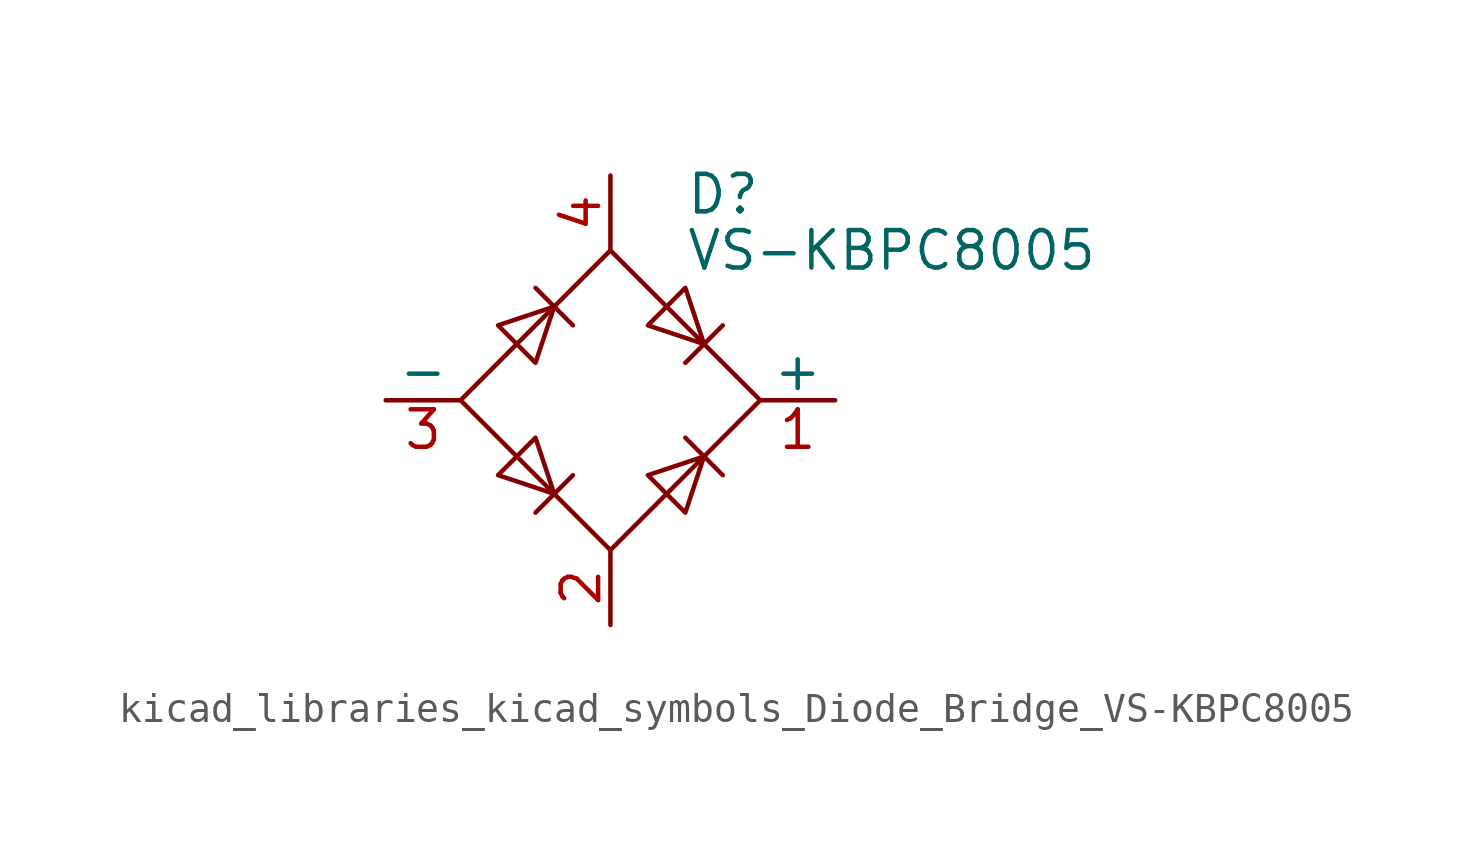
<source format=kicad_sym>
(kicad_symbol_lib
  (version 20220914)
  (generator kicad_symbol_editor)
  (symbol "kicad_libraries_kicad_symbols_Diode_Bridge_VS-KBPC8005"
    (pin_names
      (offset 0))
    (property "Reference" "D"
      (at 2.54 6.985 0)
      (effects (font (size 1.27 1.27)) (justify left)))
    (property "Value" "VS-KBPC8005"
      (at 2.54 5.08 0)
      (effects (font (size 1.27 1.27)) (justify left)))
    (symbol "kicad_libraries_kicad_symbols_Diode_Bridge_VS-KBPC8005_0_1"
      (polyline (pts (xy -2.54 3.81) (xy -1.27 2.54)) (stroke (width 0) (type default)) (fill (type none)))
      (polyline (pts (xy -1.27 -2.54) (xy -2.54 -3.81)) (stroke (width 0) (type default)) (fill (type none)))
      (polyline (pts (xy 2.54 -1.27) (xy 3.81 -2.54)) (stroke (width 0) (type default)) (fill (type none)))
      (polyline (pts (xy 2.54 1.27) (xy 3.81 2.54)) (stroke (width 0) (type default)) (fill (type none)))
      (polyline (pts (xy -3.81 2.54) (xy -2.54 1.27) (xy -1.905 3.175) (xy -3.81 2.54)) (stroke (width 0) (type default)) (fill (type none)))
      (polyline (pts (xy -2.54 -1.27) (xy -3.81 -2.54) (xy -1.905 -3.175) (xy -2.54 -1.27)) (stroke (width 0) (type default)) (fill (type none)))
      (polyline (pts (xy 1.27 2.54) (xy 2.54 3.81) (xy 3.175 1.905) (xy 1.27 2.54)) (stroke (width 0) (type default)) (fill (type none)))
      (polyline (pts (xy 3.175 -1.905) (xy 1.27 -2.54) (xy 2.54 -3.81) (xy 3.175 -1.905)) (stroke (width 0) (type default)) (fill (type none)))
      (polyline (pts (xy -5.08 0) (xy 0 -5.08) (xy 5.08 0) (xy 0 5.08) (xy -5.08 0)) (stroke (width 0) (type default)) (fill (type none))))
    (symbol "kicad_libraries_kicad_symbols_Diode_Bridge_VS-KBPC8005_1_1"
      (pin passive line (at 7.62 0 180) (length 2.54) (name "+" (effects (font (size 1.27 1.27)))) (number "1" (effects (font (size 1.27 1.27)))))
      (pin passive line (at 0 -7.62 90) (length 2.54) (name "~" (effects (font (size 1.27 1.27)))) (number "2" (effects (font (size 1.27 1.27)))))
      (pin passive line (at -7.62 0 0) (length 2.54) (name "-" (effects (font (size 1.27 1.27)))) (number "3" (effects (font (size 1.27 1.27)))))
      (pin passive line (at 0 7.62 270) (length 2.54) (name "~" (effects (font (size 1.27 1.27)))) (number "4" (effects (font (size 1.27 1.27))))))))
</source>
